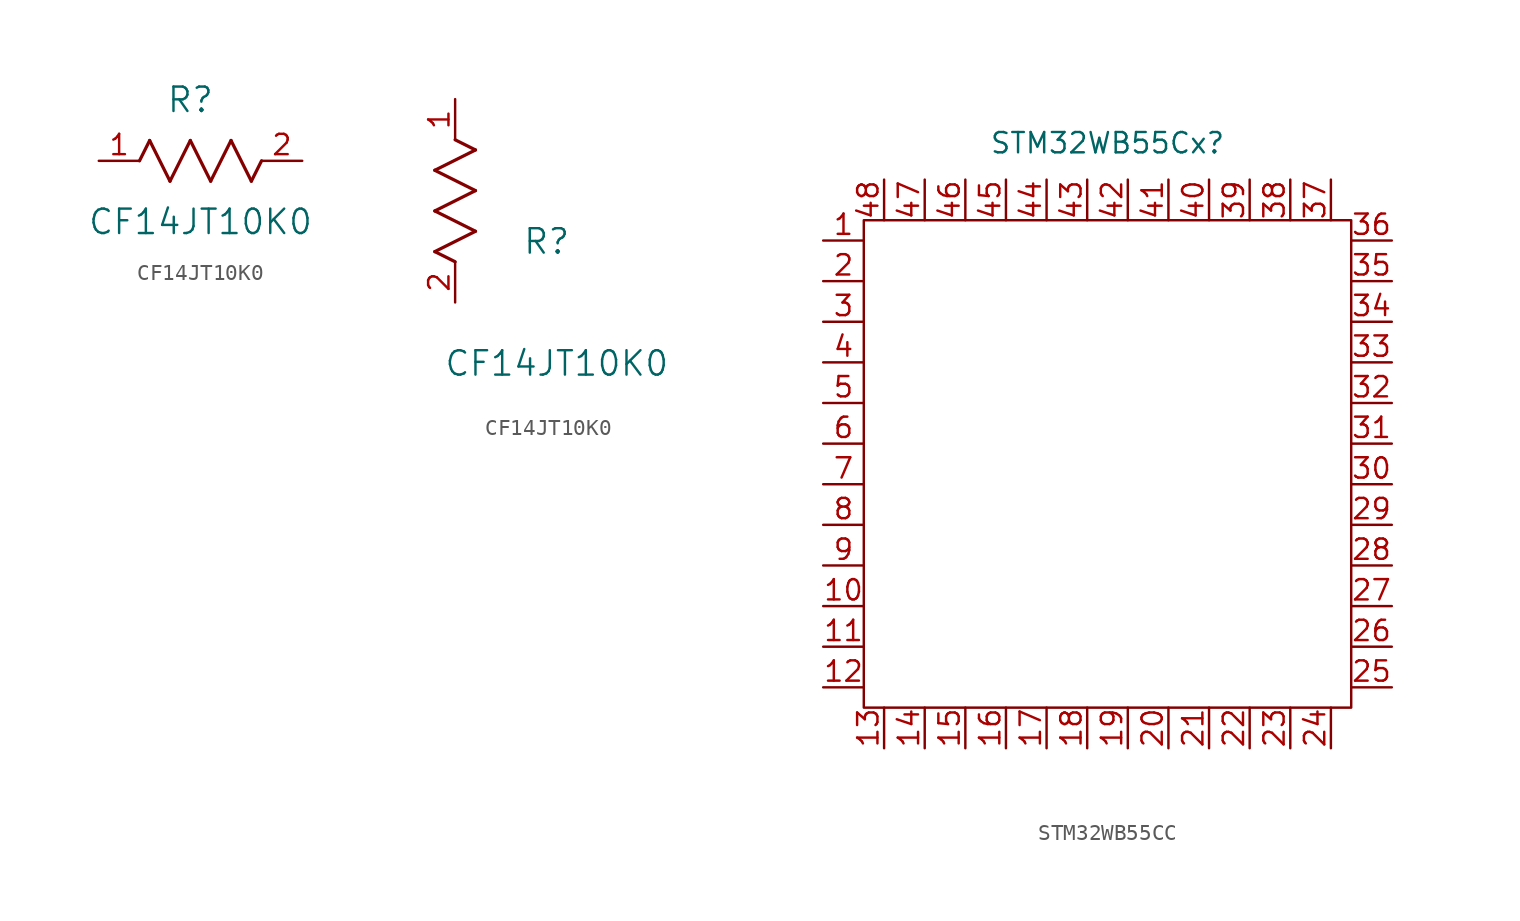
<source format=kicad_sym>
(kicad_symbol_lib
  (version 20231120)
  (generator "kicad_symbol_editor")
  (generator_version "8.0")
  (symbol "CF14JT10K0"
    (pin_names
      (offset 0.254))
    (property "Reference" "R"
      (at 5.715 3.81 0)
      (effects (font (size 1.524 1.524))))
    (property "Value" "CF14JT10K0"
      (at 6.35 -3.81 0)
      (effects (font (size 1.524 1.524))))
    (property "ki_locked" ""
      (at 0 0 0)
      (effects (font (size 1.27 1.27))))
    (symbol "CF14JT10K0_1_1"
      (polyline (pts (xy 2.54 0) (xy 3.175 1.27)) (stroke (width 0.203) (type default)) (fill (type none)))
      (polyline (pts (xy 3.175 1.27) (xy 4.445 -1.27)) (stroke (width 0.203) (type default)) (fill (type none)))
      (polyline (pts (xy 4.445 -1.27) (xy 5.715 1.27)) (stroke (width 0.203) (type default)) (fill (type none)))
      (polyline (pts (xy 5.715 1.27) (xy 6.985 -1.27)) (stroke (width 0.203) (type default)) (fill (type none)))
      (polyline (pts (xy 6.985 -1.27) (xy 8.255 1.27)) (stroke (width 0.203) (type default)) (fill (type none)))
      (polyline (pts (xy 8.255 1.27) (xy 9.525 -1.27)) (stroke (width 0.203) (type default)) (fill (type none)))
      (polyline (pts (xy 9.525 -1.27) (xy 10.16 0)) (stroke (width 0.203) (type default)) (fill (type none)))
      (pin unspecified line (at 0 0 0) (length 2.54) (name "" (effects (font (size 1.27 1.27)))) (number "1" (effects (font (size 1.27 1.27)))))
      (pin unspecified line (at 12.7 0 180) (length 2.54) (name "" (effects (font (size 1.27 1.27)))) (number "2" (effects (font (size 1.27 1.27))))))
    (symbol "CF14JT10K0_1_2"
      (polyline (pts (xy -1.27 3.175) (xy 1.27 4.445)) (stroke (width 0.203) (type default)) (fill (type none)))
      (polyline (pts (xy -1.27 5.715) (xy 1.27 6.985)) (stroke (width 0.203) (type default)) (fill (type none)))
      (polyline (pts (xy -1.27 8.255) (xy 1.27 9.525)) (stroke (width 0.203) (type default)) (fill (type none)))
      (polyline (pts (xy 0 2.54) (xy -1.27 3.175)) (stroke (width 0.203) (type default)) (fill (type none)))
      (polyline (pts (xy 1.27 4.445) (xy -1.27 5.715)) (stroke (width 0.203) (type default)) (fill (type none)))
      (polyline (pts (xy 1.27 6.985) (xy -1.27 8.255)) (stroke (width 0.203) (type default)) (fill (type none)))
      (polyline (pts (xy 1.27 9.525) (xy 0 10.16)) (stroke (width 0.203) (type default)) (fill (type none)))
      (pin unspecified line (at 0 12.7 270) (length 2.54) (name "" (effects (font (size 1.27 1.27)))) (number "1" (effects (font (size 1.27 1.27)))))
      (pin unspecified line (at 0 0 90) (length 2.54) (name "" (effects (font (size 1.27 1.27)))) (number "2" (effects (font (size 1.27 1.27)))))))
  (symbol "STM32WB55CC"
    (pin_names
      (offset 0.002) hide)
    (property "Reference" "STM32WB55Cx"
      (at 0 21.336 0)
      (effects (font (size 1.27 1.27))))
    (property "Value" ""
      (at -5.08 6.35 0)
      (effects (font (size 1.27 1.27))))
    (symbol "STM32WB55CC_0_1"
      (rectangle (start -15.24 16.51) (end 15.24 -13.97) (stroke (width 0) (type default)) (fill (type none))))
    (symbol "STM32WB55CC_1_1"
      (pin passive line (at -17.78 15.24 0) (length 2.54) (name "VBAT" (effects (font (size 1.27 1.27)))) (number "1" (effects (font (size 1.27 1.27)))))
      (pin passive line (at -17.78 -7.62 0) (length 2.54) (name "PA1" (effects (font (size 1.27 1.27)))) (number "10" (effects (font (size 1.27 1.27)))))
      (pin passive line (at -17.78 -10.16 0) (length 2.54) (name "PA2" (effects (font (size 1.27 1.27)))) (number "11" (effects (font (size 1.27 1.27)))))
      (pin passive line (at -17.78 -12.7 0) (length 2.54) (name "PA3" (effects (font (size 1.27 1.27)))) (number "12" (effects (font (size 1.27 1.27)))))
      (pin passive line (at -13.97 -16.51 90) (length 2.54) (name "PA4" (effects (font (size 1.27 1.27)))) (number "13" (effects (font (size 1.27 1.27)))))
      (pin passive line (at -11.43 -16.51 90) (length 2.54) (name "PA5" (effects (font (size 1.27 1.27)))) (number "14" (effects (font (size 1.27 1.27)))))
      (pin passive line (at -8.89 -16.51 90) (length 2.54) (name "PA6" (effects (font (size 1.27 1.27)))) (number "15" (effects (font (size 1.27 1.27)))))
      (pin passive line (at -6.35 -16.51 90) (length 2.54) (name "PA7" (effects (font (size 1.27 1.27)))) (number "16" (effects (font (size 1.27 1.27)))))
      (pin passive line (at -3.81 -16.51 90) (length 2.54) (name "PA8" (effects (font (size 1.27 1.27)))) (number "17" (effects (font (size 1.27 1.27)))))
      (pin passive line (at -1.27 -16.51 90) (length 2.54) (name "PA9" (effects (font (size 1.27 1.27)))) (number "18" (effects (font (size 1.27 1.27)))))
      (pin passive line (at 1.27 -16.51 90) (length 2.54) (name "PB2" (effects (font (size 1.27 1.27)))) (number "19" (effects (font (size 1.27 1.27)))))
      (pin passive line (at -17.78 12.7 0) (length 2.54) (name "PC14-OSC32_IN" (effects (font (size 1.27 1.27)))) (number "2" (effects (font (size 1.27 1.27)))))
      (pin passive line (at 3.81 -16.51 90) (length 2.54) (name "VDD" (effects (font (size 1.27 1.27)))) (number "20" (effects (font (size 1.27 1.27)))))
      (pin passive line (at 6.35 -16.51 90) (length 2.54) (name "RF1" (effects (font (size 1.27 1.27)))) (number "21" (effects (font (size 1.27 1.27)))))
      (pin passive line (at 8.89 -16.51 90) (length 2.54) (name "VSSRF" (effects (font (size 1.27 1.27)))) (number "22" (effects (font (size 1.27 1.27)))))
      (pin passive line (at 11.43 -16.51 90) (length 2.54) (name "VDDRF" (effects (font (size 1.27 1.27)))) (number "23" (effects (font (size 1.27 1.27)))))
      (pin passive line (at 13.97 -16.51 90) (length 2.54) (name "OSC_OUT" (effects (font (size 1.27 1.27)))) (number "24" (effects (font (size 1.27 1.27)))))
      (pin passive line (at 17.78 -12.7 180) (length 2.54) (name "OSC_IN" (effects (font (size 1.27 1.27)))) (number "25" (effects (font (size 1.27 1.27)))))
      (pin passive line (at 17.78 -10.16 180) (length 2.54) (name "AT0" (effects (font (size 1.27 1.27)))) (number "26" (effects (font (size 1.27 1.27)))))
      (pin passive line (at 17.78 -7.62 180) (length 2.54) (name "AT1" (effects (font (size 1.27 1.27)))) (number "27" (effects (font (size 1.27 1.27)))))
      (pin passive line (at 17.78 -5.08 180) (length 2.54) (name "PB0" (effects (font (size 1.27 1.27)))) (number "28" (effects (font (size 1.27 1.27)))))
      (pin passive line (at 17.78 -2.54 180) (length 2.54) (name "PB1" (effects (font (size 1.27 1.27)))) (number "29" (effects (font (size 1.27 1.27)))))
      (pin passive line (at -17.78 10.16 0) (length 2.54) (name "PC15-OSC32_OUT" (effects (font (size 1.27 1.27)))) (number "3" (effects (font (size 1.27 1.27)))))
      (pin passive line (at 17.78 0 180) (length 2.54) (name "PE4" (effects (font (size 1.27 1.27)))) (number "30" (effects (font (size 1.27 1.27)))))
      (pin passive line (at 17.78 2.54 180) (length 2.54) (name "VFBSMPS" (effects (font (size 1.27 1.27)))) (number "31" (effects (font (size 1.27 1.27)))))
      (pin passive line (at 17.78 5.08 180) (length 2.54) (name "VSSSMPS" (effects (font (size 1.27 1.27)))) (number "32" (effects (font (size 1.27 1.27)))))
      (pin passive line (at 17.78 7.62 180) (length 2.54) (name "VLXSMPS" (effects (font (size 1.27 1.27)))) (number "33" (effects (font (size 1.27 1.27)))))
      (pin passive line (at 17.78 10.16 180) (length 2.54) (name "VDDSMPS" (effects (font (size 1.27 1.27)))) (number "34" (effects (font (size 1.27 1.27)))))
      (pin passive line (at 17.78 12.7 180) (length 2.54) (name "VDD" (effects (font (size 1.27 1.27)))) (number "35" (effects (font (size 1.27 1.27)))))
      (pin passive line (at 17.78 15.24 180) (length 2.54) (name "PA10" (effects (font (size 1.27 1.27)))) (number "36" (effects (font (size 1.27 1.27)))))
      (pin passive line (at 13.97 19.05 270) (length 2.54) (name "PA11" (effects (font (size 1.27 1.27)))) (number "37" (effects (font (size 1.27 1.27)))))
      (pin passive line (at 11.43 19.05 270) (length 2.54) (name "PA12" (effects (font (size 1.27 1.27)))) (number "38" (effects (font (size 1.27 1.27)))))
      (pin passive line (at 8.89 19.05 270) (length 2.54) (name "PA13" (effects (font (size 1.27 1.27)))) (number "39" (effects (font (size 1.27 1.27)))))
      (pin passive line (at -17.78 7.62 0) (length 2.54) (name "PH3-BOOT0" (effects (font (size 1.27 1.27)))) (number "4" (effects (font (size 1.27 1.27)))))
      (pin passive line (at 6.35 19.05 270) (length 2.54) (name "VDDUSB" (effects (font (size 1.27 1.27)))) (number "40" (effects (font (size 1.27 1.27)))))
      (pin passive line (at 3.81 19.05 270) (length 2.54) (name "PA14" (effects (font (size 1.27 1.27)))) (number "41" (effects (font (size 1.27 1.27)))))
      (pin passive line (at 1.27 19.05 270) (length 2.54) (name "PA15" (effects (font (size 1.27 1.27)))) (number "42" (effects (font (size 1.27 1.27)))))
      (pin passive line (at -1.27 19.05 270) (length 2.54) (name "PB3" (effects (font (size 1.27 1.27)))) (number "43" (effects (font (size 1.27 1.27)))))
      (pin passive line (at -3.81 19.05 270) (length 2.54) (name "PB4" (effects (font (size 1.27 1.27)))) (number "44" (effects (font (size 1.27 1.27)))))
      (pin passive line (at -6.35 19.05 270) (length 2.54) (name "PB5" (effects (font (size 1.27 1.27)))) (number "45" (effects (font (size 1.27 1.27)))))
      (pin passive line (at -8.89 19.05 270) (length 2.54) (name "PB6" (effects (font (size 1.27 1.27)))) (number "46" (effects (font (size 1.27 1.27)))))
      (pin passive line (at -11.43 19.05 270) (length 2.54) (name "PB7" (effects (font (size 1.27 1.27)))) (number "47" (effects (font (size 1.27 1.27)))))
      (pin passive line (at -13.97 19.05 270) (length 2.54) (name "VDD" (effects (font (size 1.27 1.27)))) (number "48" (effects (font (size 1.27 1.27)))))
      (pin passive line (at -17.78 5.08 0) (length 2.54) (name "PB8" (effects (font (size 1.27 1.27)))) (number "5" (effects (font (size 1.27 1.27)))))
      (pin passive line (at -17.78 2.54 0) (length 2.54) (name "PB9" (effects (font (size 1.27 1.27)))) (number "6" (effects (font (size 1.27 1.27)))))
      (pin passive line (at -17.78 0 0) (length 2.54) (name "NRST" (effects (font (size 1.27 1.27)))) (number "7" (effects (font (size 1.27 1.27)))))
      (pin passive line (at -17.78 -2.54 0) (length 2.54) (name "VDDA" (effects (font (size 1.27 1.27)))) (number "8" (effects (font (size 1.27 1.27)))))
      (pin passive line (at -17.78 -5.08 0) (length 2.54) (name "PA0" (effects (font (size 1.27 1.27)))) (number "9" (effects (font (size 1.27 1.27))))))))
</source>
